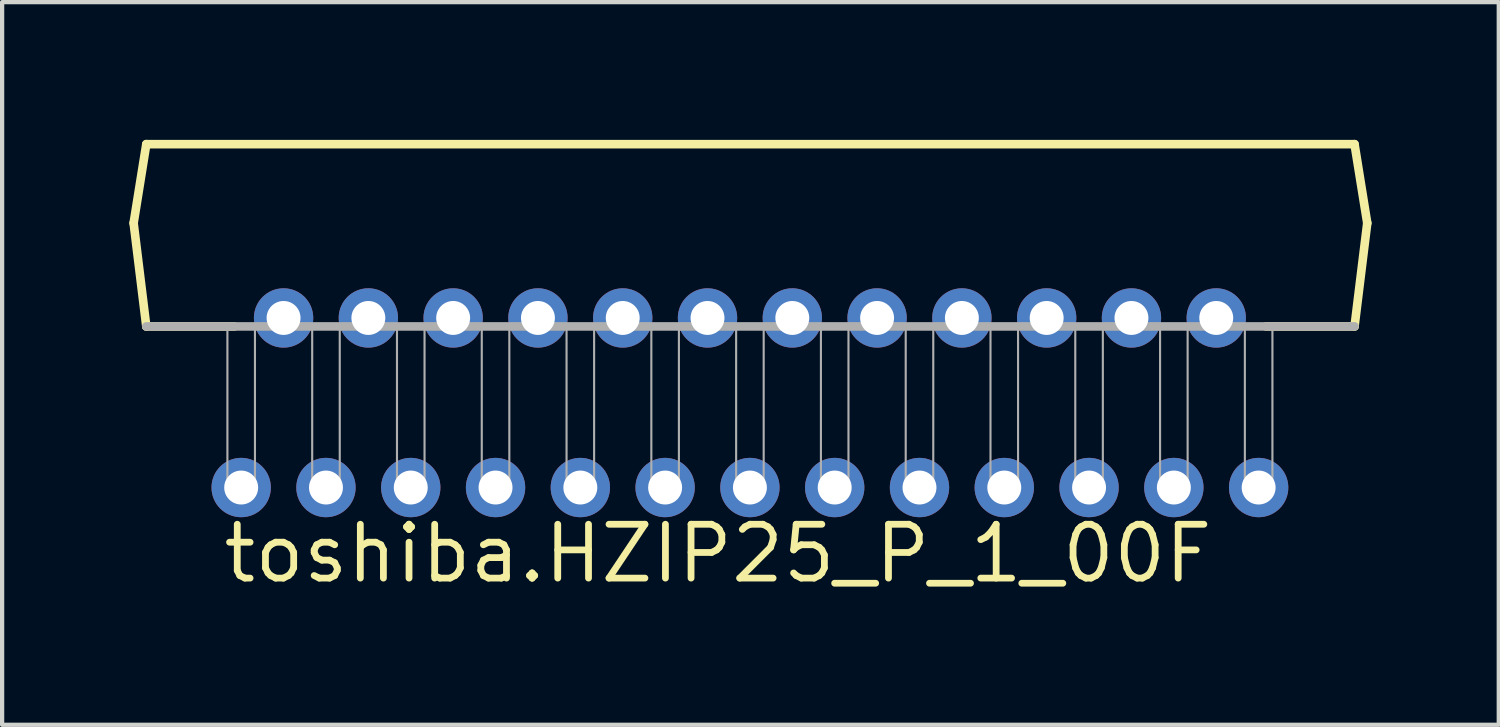
<source format=kicad_pcb>
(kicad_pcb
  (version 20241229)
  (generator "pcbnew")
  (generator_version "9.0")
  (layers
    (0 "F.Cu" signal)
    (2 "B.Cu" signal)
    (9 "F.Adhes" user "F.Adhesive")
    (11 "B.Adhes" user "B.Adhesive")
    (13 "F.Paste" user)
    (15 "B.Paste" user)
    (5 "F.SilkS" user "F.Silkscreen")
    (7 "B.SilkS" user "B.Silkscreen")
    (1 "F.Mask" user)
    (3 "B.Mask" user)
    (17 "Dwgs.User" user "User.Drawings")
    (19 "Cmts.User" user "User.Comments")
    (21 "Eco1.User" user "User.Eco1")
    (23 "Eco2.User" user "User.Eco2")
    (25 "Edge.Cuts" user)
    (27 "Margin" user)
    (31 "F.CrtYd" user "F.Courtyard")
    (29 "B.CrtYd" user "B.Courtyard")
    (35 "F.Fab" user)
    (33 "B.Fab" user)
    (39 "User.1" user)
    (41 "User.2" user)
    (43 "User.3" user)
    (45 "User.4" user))
  (footprint "toshiba.HZIP25_P_1_00F"
    (layer "F.Cu")
    (at 14.639 0.25)
    (property "Reference" "toshiba.HZIP25_P_1_00F" (at -12.5 10.5 0) (layer "F.SilkS") (effects (font (size 1.27 1.27) (thickness 0.16)) (justify left bottom)))
    (attr through_hole)
    (fp_line (start -14.537 1.962) (end -14.238 0.1) (stroke (width 0.203) (type default)) (layer "F.SilkS"))
    (fp_line (start -14.238 0.1) (end 14.262 0.1) (stroke (width 0.203) (type default)) (layer "F.SilkS"))
    (fp_line (start -14.238 4.4) (end -14.537 1.962) (stroke (width 0.203) (type default)) (layer "F.SilkS"))
    (fp_line (start -12.162 4.4) (end -14.238 4.4) (stroke (width 0.203) (type default)) (layer "F.SilkS"))
    (fp_line (start 14.262 4.4) (end 12.175 4.4) (stroke (width 0.203) (type default)) (layer "F.SilkS"))
    (fp_line (start 14.562 1.962) (end 14.262 0.1) (stroke (width 0.203) (type default)) (layer "F.SilkS"))
    (fp_line (start 14.562 1.962) (end 14.262 4.4) (stroke (width 0.203) (type default)) (layer "F.SilkS"))
    (fp_line (start 14.262 4.4) (end -14.238 4.4) (stroke (width 0.203) (type default)) (layer "F.Fab"))
    (fp_rect (start -12.325 8.188) (end -11.675 4.35) (stroke (width 0.05) (type default)) (fill no) (layer "F.Fab"))
    (fp_rect (start -10.325 8.188) (end -9.675 4.35) (stroke (width 0.05) (type default)) (fill no) (layer "F.Fab"))
    (fp_rect (start -8.325 8.188) (end -7.675 4.35) (stroke (width 0.05) (type default)) (fill no) (layer "F.Fab"))
    (fp_rect (start -6.325 8.188) (end -5.675 4.35) (stroke (width 0.05) (type default)) (fill no) (layer "F.Fab"))
    (fp_rect (start -4.325 8.188) (end -3.675 4.35) (stroke (width 0.05) (type default)) (fill no) (layer "F.Fab"))
    (fp_rect (start -2.325 8.188) (end -1.675 4.35) (stroke (width 0.05) (type default)) (fill no) (layer "F.Fab"))
    (fp_rect (start -0.325 8.188) (end 0.325 4.35) (stroke (width 0.05) (type default)) (fill no) (layer "F.Fab"))
    (fp_rect (start 1.675 8.188) (end 2.325 4.35) (stroke (width 0.05) (type default)) (fill no) (layer "F.Fab"))
    (fp_rect (start 3.675 8.188) (end 4.325 4.35) (stroke (width 0.05) (type default)) (fill no) (layer "F.Fab"))
    (fp_rect (start 5.675 8.188) (end 6.325 4.35) (stroke (width 0.05) (type default)) (fill no) (layer "F.Fab"))
    (fp_rect (start 7.675 8.188) (end 8.325 4.35) (stroke (width 0.05) (type default)) (fill no) (layer "F.Fab"))
    (fp_rect (start 9.675 8.188) (end 10.325 4.35) (stroke (width 0.05) (type default)) (fill no) (layer "F.Fab"))
    (fp_rect (start 11.675 8.188) (end 12.325 4.35) (stroke (width 0.05) (type default)) (fill no) (layer "F.Fab"))
    (pad "1" thru_hole circle (at -12 8.2) (size 1.4 1.4) (drill 0.8) (layers "*.Cu" "*.Mask"))
    (pad "2" thru_hole circle (at -11 4.2) (size 1.4 1.4) (drill 0.8) (layers "*.Cu" "*.Mask"))
    (pad "3" thru_hole circle (at -10 8.2) (size 1.4 1.4) (drill 0.8) (layers "*.Cu" "*.Mask"))
    (pad "4" thru_hole circle (at -9 4.2) (size 1.4 1.4) (drill 0.8) (layers "*.Cu" "*.Mask"))
    (pad "5" thru_hole circle (at -8 8.2) (size 1.4 1.4) (drill 0.8) (layers "*.Cu" "*.Mask"))
    (pad "6" thru_hole circle (at -7 4.2) (size 1.4 1.4) (drill 0.8) (layers "*.Cu" "*.Mask"))
    (pad "7" thru_hole circle (at -6 8.2) (size 1.4 1.4) (drill 0.8) (layers "*.Cu" "*.Mask"))
    (pad "8" thru_hole circle (at -5 4.2) (size 1.4 1.4) (drill 0.8) (layers "*.Cu" "*.Mask"))
    (pad "9" thru_hole circle (at -4 8.2) (size 1.4 1.4) (drill 0.8) (layers "*.Cu" "*.Mask"))
    (pad "10" thru_hole circle (at -3 4.2) (size 1.4 1.4) (drill 0.8) (layers "*.Cu" "*.Mask"))
    (pad "11" thru_hole circle (at -2 8.2) (size 1.4 1.4) (drill 0.8) (layers "*.Cu" "*.Mask"))
    (pad "12" thru_hole circle (at -1 4.2) (size 1.4 1.4) (drill 0.8) (layers "*.Cu" "*.Mask"))
    (pad "13" thru_hole circle (at 0 8.2) (size 1.4 1.4) (drill 0.8) (layers "*.Cu" "*.Mask"))
    (pad "14" thru_hole circle (at 1 4.2) (size 1.4 1.4) (drill 0.8) (layers "*.Cu" "*.Mask"))
    (pad "15" thru_hole circle (at 2 8.2) (size 1.4 1.4) (drill 0.8) (layers "*.Cu" "*.Mask"))
    (pad "16" thru_hole circle (at 3 4.2) (size 1.4 1.4) (drill 0.8) (layers "*.Cu" "*.Mask"))
    (pad "17" thru_hole circle (at 4 8.2) (size 1.4 1.4) (drill 0.8) (layers "*.Cu" "*.Mask"))
    (pad "18" thru_hole circle (at 5 4.2) (size 1.4 1.4) (drill 0.8) (layers "*.Cu" "*.Mask"))
    (pad "19" thru_hole circle (at 6 8.2) (size 1.4 1.4) (drill 0.8) (layers "*.Cu" "*.Mask"))
    (pad "20" thru_hole circle (at 7 4.2) (size 1.4 1.4) (drill 0.8) (layers "*.Cu" "*.Mask"))
    (pad "21" thru_hole circle (at 8 8.2) (size 1.4 1.4) (drill 0.8) (layers "*.Cu" "*.Mask"))
    (pad "22" thru_hole circle (at 9 4.2) (size 1.4 1.4) (drill 0.8) (layers "*.Cu" "*.Mask"))
    (pad "23" thru_hole circle (at 10 8.2) (size 1.4 1.4) (drill 0.8) (layers "*.Cu" "*.Mask"))
    (pad "24" thru_hole circle (at 11 4.2) (size 1.4 1.4) (drill 0.8) (layers "*.Cu" "*.Mask"))
    (pad "25" thru_hole circle (at 12 8.2) (size 1.4 1.4) (drill 0.8) (layers "*.Cu" "*.Mask")))
  (gr_rect
    (start -3 -3)
    (end 32.303 14.047)
    (stroke (width 0.1) (type default))
    (fill no)
    (layer "Edge.Cuts")))
</source>
